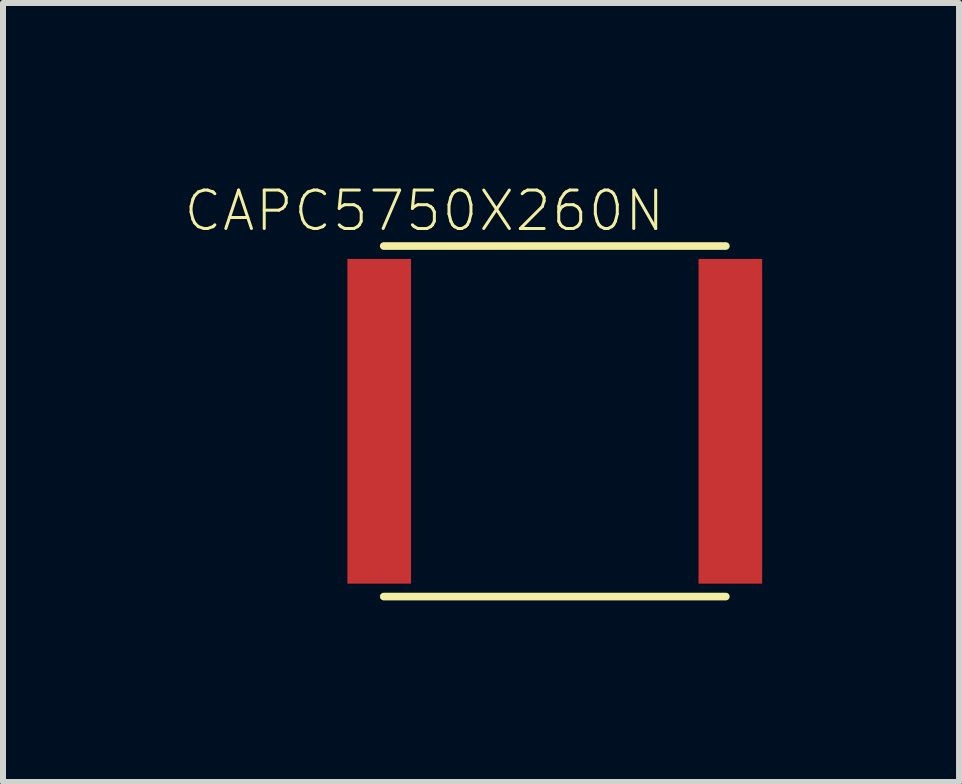
<source format=kicad_pcb>
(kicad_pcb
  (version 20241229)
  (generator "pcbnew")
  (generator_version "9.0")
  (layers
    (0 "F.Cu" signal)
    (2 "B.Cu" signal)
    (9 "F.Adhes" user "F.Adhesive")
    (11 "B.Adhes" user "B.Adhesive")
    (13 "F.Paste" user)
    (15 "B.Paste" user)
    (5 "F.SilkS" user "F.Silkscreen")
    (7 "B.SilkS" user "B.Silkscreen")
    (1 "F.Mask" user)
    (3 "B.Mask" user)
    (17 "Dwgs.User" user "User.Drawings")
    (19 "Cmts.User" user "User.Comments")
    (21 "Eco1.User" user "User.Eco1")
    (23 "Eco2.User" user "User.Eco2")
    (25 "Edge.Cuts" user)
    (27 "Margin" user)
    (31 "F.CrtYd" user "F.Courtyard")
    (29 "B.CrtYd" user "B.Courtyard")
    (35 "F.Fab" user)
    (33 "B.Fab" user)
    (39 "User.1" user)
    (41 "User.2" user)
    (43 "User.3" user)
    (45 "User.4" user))
  (footprint "CAPC5750X260N"
    (layer "F.Cu")
    (at 6.193 3.969)
    (property "Reference" "CAPC5750X260N" (at -2.174 -3.506 0) (layer "F.SilkS") (effects (font (size 0.64 0.64) (thickness 0.05))))
    (attr smd)
    (fp_line (start -2.85 -2.92) (end 2.85 -2.92) (stroke (width 0.127) (type solid)) (layer "F.SilkS"))
    (fp_line (start -2.85 2.92) (end 2.85 2.92) (stroke (width 0.127) (type solid)) (layer "F.SilkS"))
    (fp_line (start -3.71 -2.984) (end 3.71 -2.984) (stroke (width 0.05) (type solid)) (layer "Eco1.User"))
    (fp_line (start -3.71 2.984) (end -3.71 -2.984) (stroke (width 0.05) (type solid)) (layer "Eco1.User"))
    (fp_line (start 3.71 -2.984) (end 3.71 2.984) (stroke (width 0.05) (type solid)) (layer "Eco1.User"))
    (fp_line (start 3.71 2.984) (end -3.71 2.984) (stroke (width 0.05) (type solid)) (layer "Eco1.User"))
    (fp_line (start -3.1 -2.7) (end 3.1 -2.7) (stroke (width 0.127) (type solid)) (layer "Eco2.User"))
    (fp_line (start -3.1 2.7) (end -3.1 -2.7) (stroke (width 0.127) (type solid)) (layer "Eco2.User"))
    (fp_line (start 3.1 -2.7) (end 3.1 2.7) (stroke (width 0.127) (type solid)) (layer "Eco2.User"))
    (fp_line (start 3.1 2.7) (end -3.1 2.7) (stroke (width 0.127) (type solid)) (layer "Eco2.User"))
    (pad "1" smd rect (at -2.925 0 90) (size 5.41 1.06) (layers "F.Cu" "F.Mask" "F.Paste"))
    (pad "2" smd rect (at 2.925 0 90) (size 5.41 1.06) (layers "F.Cu" "F.Mask" "F.Paste")))
  (gr_rect
    (start -3 -3)
    (end 12.928 9.978)
    (stroke (width 0.1) (type default))
    (fill no)
    (layer "Edge.Cuts")))
</source>
